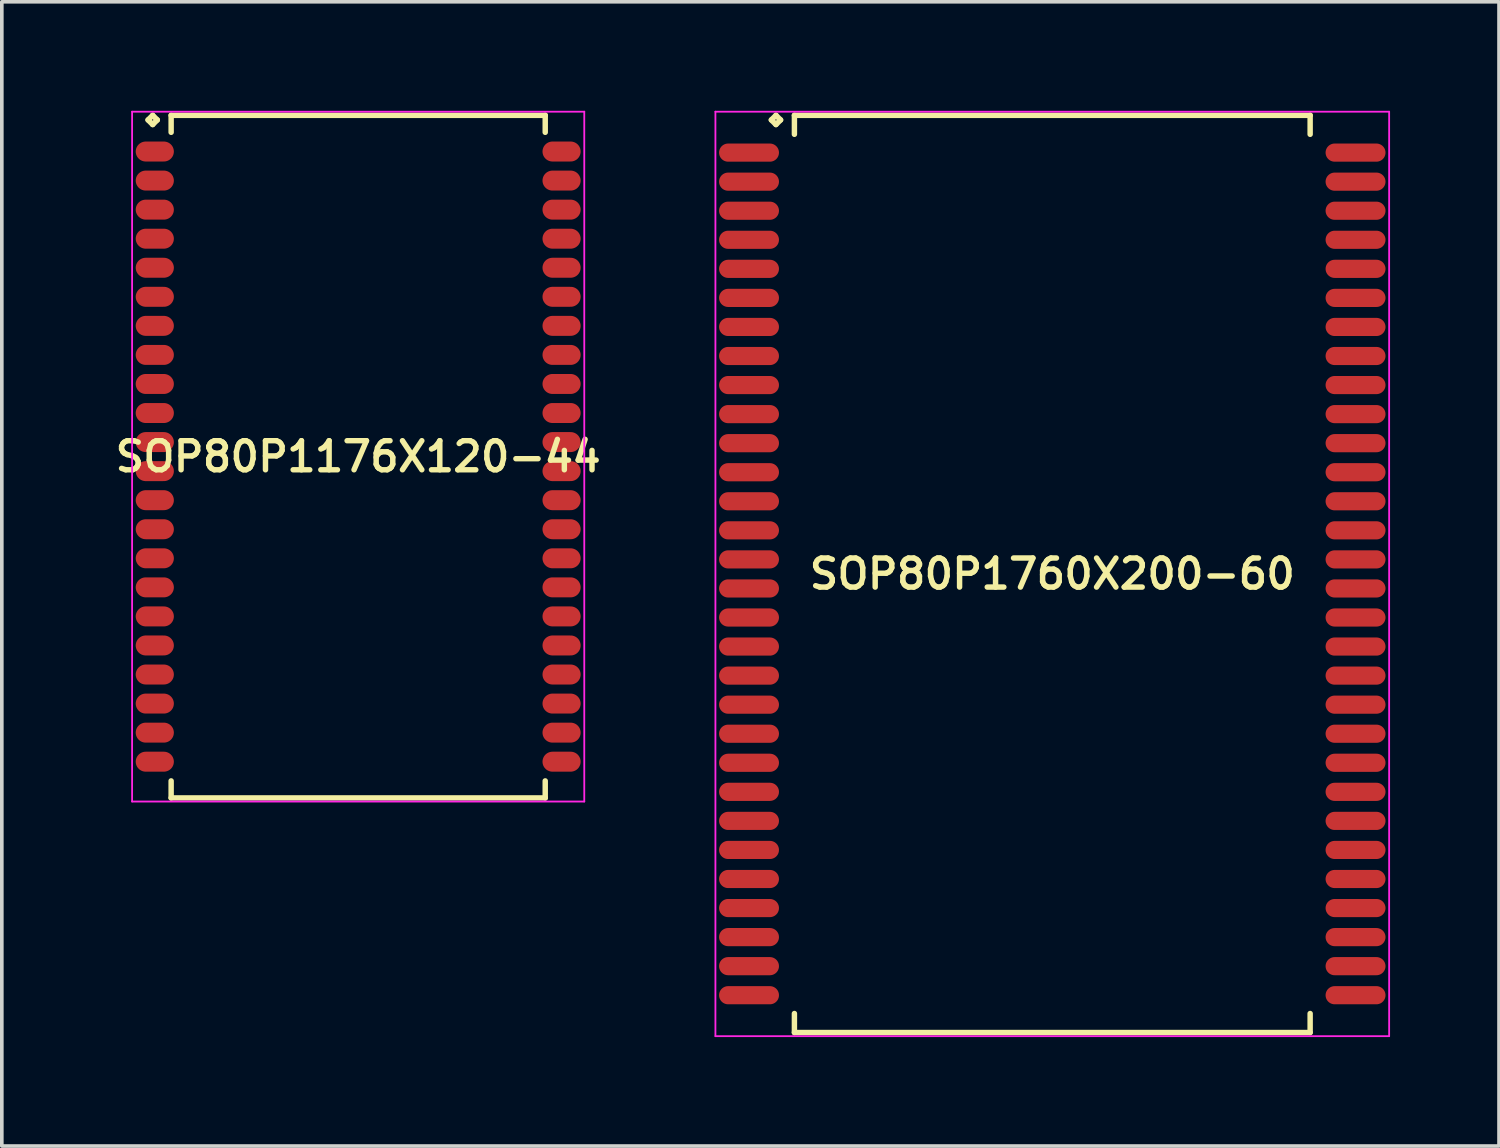
<source format=kicad_pcb>
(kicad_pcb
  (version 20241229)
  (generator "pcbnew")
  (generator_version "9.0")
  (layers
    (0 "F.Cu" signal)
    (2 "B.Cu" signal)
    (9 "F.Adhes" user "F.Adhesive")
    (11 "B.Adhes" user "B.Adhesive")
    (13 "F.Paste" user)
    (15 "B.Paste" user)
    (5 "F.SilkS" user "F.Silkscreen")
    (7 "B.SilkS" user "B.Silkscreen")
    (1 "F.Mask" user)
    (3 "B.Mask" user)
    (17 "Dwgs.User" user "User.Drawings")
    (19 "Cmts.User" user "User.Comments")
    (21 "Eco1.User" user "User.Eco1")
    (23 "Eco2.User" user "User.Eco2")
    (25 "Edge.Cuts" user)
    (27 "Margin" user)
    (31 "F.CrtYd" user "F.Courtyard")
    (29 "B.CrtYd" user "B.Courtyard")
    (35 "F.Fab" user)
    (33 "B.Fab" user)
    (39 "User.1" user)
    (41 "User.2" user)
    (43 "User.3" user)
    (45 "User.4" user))
  (footprint "SOP80P1176X120-44"
    (layer "F.Cu")
    (at 6.812 9.522)
    (property "Reference" "SOP80P1176X120-44" (at 0 0 0) (layer "F.SilkS") (effects (font (size 0.8 0.8) (thickness 0.15))))
    (attr smd)
    (fp_line (start -5.785 -9.27) (end -5.658 -9.397) (stroke (width 0.15) (type solid)) (layer "F.SilkS"))
    (fp_line (start -5.658 -9.397) (end -5.531 -9.27) (stroke (width 0.15) (type solid)) (layer "F.SilkS"))
    (fp_line (start -5.658 -9.143) (end -5.785 -9.27) (stroke (width 0.15) (type solid)) (layer "F.SilkS"))
    (fp_line (start -5.531 -9.27) (end -5.658 -9.143) (stroke (width 0.15) (type solid)) (layer "F.SilkS"))
    (fp_line (start -5.15 -9.397) (end 5.15 -9.397) (stroke (width 0.15) (type solid)) (layer "F.SilkS"))
    (fp_line (start -5.15 -8.929) (end -5.15 -9.397) (stroke (width 0.15) (type solid)) (layer "F.SilkS"))
    (fp_line (start -5.15 8.929) (end -5.15 9.397) (stroke (width 0.15) (type solid)) (layer "F.SilkS"))
    (fp_line (start -5.15 9.397) (end 5.15 9.397) (stroke (width 0.15) (type solid)) (layer "F.SilkS"))
    (fp_line (start 5.15 -9.397) (end 5.15 -8.929) (stroke (width 0.15) (type solid)) (layer "F.SilkS"))
    (fp_line (start 5.15 9.397) (end 5.15 8.929) (stroke (width 0.15) (type solid)) (layer "F.SilkS"))
    (fp_line (start -6.225 -9.497) (end 6.225 -9.497) (stroke (width 0.05) (type solid)) (layer "F.CrtYd"))
    (fp_line (start -6.225 9.497) (end -6.225 -9.497) (stroke (width 0.05) (type solid)) (layer "F.CrtYd"))
    (fp_line (start 6.225 -9.497) (end 6.225 9.497) (stroke (width 0.05) (type solid)) (layer "F.CrtYd"))
    (fp_line (start 6.225 9.497) (end -6.225 9.497) (stroke (width 0.05) (type solid)) (layer "F.CrtYd"))
    (pad "1" smd oval (at -5.6 -8.4) (size 1.05 0.55) (layers "F.Cu" "F.Mask" "F.Paste"))
    (pad "2" smd oval (at -5.6 -7.6) (size 1.05 0.55) (layers "F.Cu" "F.Mask" "F.Paste"))
    (pad "3" smd oval (at -5.6 -6.8) (size 1.05 0.55) (layers "F.Cu" "F.Mask" "F.Paste"))
    (pad "4" smd oval (at -5.6 -6) (size 1.05 0.55) (layers "F.Cu" "F.Mask" "F.Paste"))
    (pad "5" smd oval (at -5.6 -5.2) (size 1.05 0.55) (layers "F.Cu" "F.Mask" "F.Paste"))
    (pad "6" smd oval (at -5.6 -4.4) (size 1.05 0.55) (layers "F.Cu" "F.Mask" "F.Paste"))
    (pad "7" smd oval (at -5.6 -3.6) (size 1.05 0.55) (layers "F.Cu" "F.Mask" "F.Paste"))
    (pad "8" smd oval (at -5.6 -2.8) (size 1.05 0.55) (layers "F.Cu" "F.Mask" "F.Paste"))
    (pad "9" smd oval (at -5.6 -2) (size 1.05 0.55) (layers "F.Cu" "F.Mask" "F.Paste"))
    (pad "10" smd oval (at -5.6 -1.2) (size 1.05 0.55) (layers "F.Cu" "F.Mask" "F.Paste"))
    (pad "11" smd oval (at -5.6 -0.4) (size 1.05 0.55) (layers "F.Cu" "F.Mask" "F.Paste"))
    (pad "12" smd oval (at -5.6 0.4) (size 1.05 0.55) (layers "F.Cu" "F.Mask" "F.Paste"))
    (pad "13" smd oval (at -5.6 1.2) (size 1.05 0.55) (layers "F.Cu" "F.Mask" "F.Paste"))
    (pad "14" smd oval (at -5.6 2) (size 1.05 0.55) (layers "F.Cu" "F.Mask" "F.Paste"))
    (pad "15" smd oval (at -5.6 2.8) (size 1.05 0.55) (layers "F.Cu" "F.Mask" "F.Paste"))
    (pad "16" smd oval (at -5.6 3.6) (size 1.05 0.55) (layers "F.Cu" "F.Mask" "F.Paste"))
    (pad "17" smd oval (at -5.6 4.4) (size 1.05 0.55) (layers "F.Cu" "F.Mask" "F.Paste"))
    (pad "18" smd oval (at -5.6 5.2) (size 1.05 0.55) (layers "F.Cu" "F.Mask" "F.Paste"))
    (pad "19" smd oval (at -5.6 6) (size 1.05 0.55) (layers "F.Cu" "F.Mask" "F.Paste"))
    (pad "20" smd oval (at -5.6 6.8) (size 1.05 0.55) (layers "F.Cu" "F.Mask" "F.Paste"))
    (pad "21" smd oval (at -5.6 7.6) (size 1.05 0.55) (layers "F.Cu" "F.Mask" "F.Paste"))
    (pad "22" smd oval (at -5.6 8.4) (size 1.05 0.55) (layers "F.Cu" "F.Mask" "F.Paste"))
    (pad "23" smd oval (at 5.6 8.4) (size 1.05 0.55) (layers "F.Cu" "F.Mask" "F.Paste"))
    (pad "24" smd oval (at 5.6 7.6) (size 1.05 0.55) (layers "F.Cu" "F.Mask" "F.Paste"))
    (pad "25" smd oval (at 5.6 6.8) (size 1.05 0.55) (layers "F.Cu" "F.Mask" "F.Paste"))
    (pad "26" smd oval (at 5.6 6) (size 1.05 0.55) (layers "F.Cu" "F.Mask" "F.Paste"))
    (pad "27" smd oval (at 5.6 5.2) (size 1.05 0.55) (layers "F.Cu" "F.Mask" "F.Paste"))
    (pad "28" smd oval (at 5.6 4.4) (size 1.05 0.55) (layers "F.Cu" "F.Mask" "F.Paste"))
    (pad "29" smd oval (at 5.6 3.6) (size 1.05 0.55) (layers "F.Cu" "F.Mask" "F.Paste"))
    (pad "30" smd oval (at 5.6 2.8) (size 1.05 0.55) (layers "F.Cu" "F.Mask" "F.Paste"))
    (pad "31" smd oval (at 5.6 2) (size 1.05 0.55) (layers "F.Cu" "F.Mask" "F.Paste"))
    (pad "32" smd oval (at 5.6 1.2) (size 1.05 0.55) (layers "F.Cu" "F.Mask" "F.Paste"))
    (pad "33" smd oval (at 5.6 0.4) (size 1.05 0.55) (layers "F.Cu" "F.Mask" "F.Paste"))
    (pad "34" smd oval (at 5.6 -0.4) (size 1.05 0.55) (layers "F.Cu" "F.Mask" "F.Paste"))
    (pad "35" smd oval (at 5.6 -1.2) (size 1.05 0.55) (layers "F.Cu" "F.Mask" "F.Paste"))
    (pad "36" smd oval (at 5.6 -2) (size 1.05 0.55) (layers "F.Cu" "F.Mask" "F.Paste"))
    (pad "37" smd oval (at 5.6 -2.8) (size 1.05 0.55) (layers "F.Cu" "F.Mask" "F.Paste"))
    (pad "38" smd oval (at 5.6 -3.6) (size 1.05 0.55) (layers "F.Cu" "F.Mask" "F.Paste"))
    (pad "39" smd oval (at 5.6 -4.4) (size 1.05 0.55) (layers "F.Cu" "F.Mask" "F.Paste"))
    (pad "40" smd oval (at 5.6 -5.2) (size 1.05 0.55) (layers "F.Cu" "F.Mask" "F.Paste"))
    (pad "41" smd oval (at 5.6 -6) (size 1.05 0.55) (layers "F.Cu" "F.Mask" "F.Paste"))
    (pad "42" smd oval (at 5.6 -6.8) (size 1.05 0.55) (layers "F.Cu" "F.Mask" "F.Paste"))
    (pad "43" smd oval (at 5.6 -7.6) (size 1.05 0.55) (layers "F.Cu" "F.Mask" "F.Paste"))
    (pad "44" smd oval (at 5.6 -8.4) (size 1.05 0.55) (layers "F.Cu" "F.Mask" "F.Paste")))
  (footprint "SOP80P1760X200-60"
    (layer "F.Cu")
    (at 25.923 12.752)
    (property "Reference" "SOP80P1760X200-60" (at 0 0 0) (layer "F.SilkS") (effects (font (size 0.8 0.8) (thickness 0.15))))
    (attr smd)
    (fp_line (start -7.735 -12.5) (end -7.608 -12.627) (stroke (width 0.15) (type solid)) (layer "F.SilkS"))
    (fp_line (start -7.608 -12.627) (end -7.481 -12.5) (stroke (width 0.15) (type solid)) (layer "F.SilkS"))
    (fp_line (start -7.608 -12.373) (end -7.735 -12.5) (stroke (width 0.15) (type solid)) (layer "F.SilkS"))
    (fp_line (start -7.481 -12.5) (end -7.608 -12.373) (stroke (width 0.15) (type solid)) (layer "F.SilkS"))
    (fp_line (start -7.1 -12.627) (end 7.1 -12.627) (stroke (width 0.15) (type solid)) (layer "F.SilkS"))
    (fp_line (start -7.1 -12.104) (end -7.1 -12.627) (stroke (width 0.15) (type solid)) (layer "F.SilkS"))
    (fp_line (start -7.1 12.104) (end -7.1 12.627) (stroke (width 0.15) (type solid)) (layer "F.SilkS"))
    (fp_line (start -7.1 12.627) (end 7.1 12.627) (stroke (width 0.15) (type solid)) (layer "F.SilkS"))
    (fp_line (start 7.1 -12.627) (end 7.1 -12.104) (stroke (width 0.15) (type solid)) (layer "F.SilkS"))
    (fp_line (start 7.1 12.627) (end 7.1 12.104) (stroke (width 0.15) (type solid)) (layer "F.SilkS"))
    (fp_line (start -9.275 -12.727) (end 9.275 -12.727) (stroke (width 0.05) (type solid)) (layer "F.CrtYd"))
    (fp_line (start -9.275 12.727) (end -9.275 -12.727) (stroke (width 0.05) (type solid)) (layer "F.CrtYd"))
    (fp_line (start 9.275 -12.727) (end 9.275 12.727) (stroke (width 0.05) (type solid)) (layer "F.CrtYd"))
    (fp_line (start 9.275 12.727) (end -9.275 12.727) (stroke (width 0.05) (type solid)) (layer "F.CrtYd"))
    (pad "1" smd oval (at -8.35 -11.6) (size 1.65 0.5) (layers "F.Cu" "F.Mask" "F.Paste"))
    (pad "2" smd oval (at -8.35 -10.8) (size 1.65 0.5) (layers "F.Cu" "F.Mask" "F.Paste"))
    (pad "3" smd oval (at -8.35 -10) (size 1.65 0.5) (layers "F.Cu" "F.Mask" "F.Paste"))
    (pad "4" smd oval (at -8.35 -9.2) (size 1.65 0.5) (layers "F.Cu" "F.Mask" "F.Paste"))
    (pad "5" smd oval (at -8.35 -8.4) (size 1.65 0.5) (layers "F.Cu" "F.Mask" "F.Paste"))
    (pad "6" smd oval (at -8.35 -7.6) (size 1.65 0.5) (layers "F.Cu" "F.Mask" "F.Paste"))
    (pad "7" smd oval (at -8.35 -6.8) (size 1.65 0.5) (layers "F.Cu" "F.Mask" "F.Paste"))
    (pad "8" smd oval (at -8.35 -6) (size 1.65 0.5) (layers "F.Cu" "F.Mask" "F.Paste"))
    (pad "9" smd oval (at -8.35 -5.2) (size 1.65 0.5) (layers "F.Cu" "F.Mask" "F.Paste"))
    (pad "10" smd oval (at -8.35 -4.4) (size 1.65 0.5) (layers "F.Cu" "F.Mask" "F.Paste"))
    (pad "11" smd oval (at -8.35 -3.6) (size 1.65 0.5) (layers "F.Cu" "F.Mask" "F.Paste"))
    (pad "12" smd oval (at -8.35 -2.8) (size 1.65 0.5) (layers "F.Cu" "F.Mask" "F.Paste"))
    (pad "13" smd oval (at -8.35 -2) (size 1.65 0.5) (layers "F.Cu" "F.Mask" "F.Paste"))
    (pad "14" smd oval (at -8.35 -1.2) (size 1.65 0.5) (layers "F.Cu" "F.Mask" "F.Paste"))
    (pad "15" smd oval (at -8.35 -0.4) (size 1.65 0.5) (layers "F.Cu" "F.Mask" "F.Paste"))
    (pad "16" smd oval (at -8.35 0.4) (size 1.65 0.5) (layers "F.Cu" "F.Mask" "F.Paste"))
    (pad "17" smd oval (at -8.35 1.2) (size 1.65 0.5) (layers "F.Cu" "F.Mask" "F.Paste"))
    (pad "18" smd oval (at -8.35 2) (size 1.65 0.5) (layers "F.Cu" "F.Mask" "F.Paste"))
    (pad "19" smd oval (at -8.35 2.8) (size 1.65 0.5) (layers "F.Cu" "F.Mask" "F.Paste"))
    (pad "20" smd oval (at -8.35 3.6) (size 1.65 0.5) (layers "F.Cu" "F.Mask" "F.Paste"))
    (pad "21" smd oval (at -8.35 4.4) (size 1.65 0.5) (layers "F.Cu" "F.Mask" "F.Paste"))
    (pad "22" smd oval (at -8.35 5.2) (size 1.65 0.5) (layers "F.Cu" "F.Mask" "F.Paste"))
    (pad "23" smd oval (at -8.35 6) (size 1.65 0.5) (layers "F.Cu" "F.Mask" "F.Paste"))
    (pad "24" smd oval (at -8.35 6.8) (size 1.65 0.5) (layers "F.Cu" "F.Mask" "F.Paste"))
    (pad "25" smd oval (at -8.35 7.6) (size 1.65 0.5) (layers "F.Cu" "F.Mask" "F.Paste"))
    (pad "26" smd oval (at -8.35 8.4) (size 1.65 0.5) (layers "F.Cu" "F.Mask" "F.Paste"))
    (pad "27" smd oval (at -8.35 9.2) (size 1.65 0.5) (layers "F.Cu" "F.Mask" "F.Paste"))
    (pad "28" smd oval (at -8.35 10) (size 1.65 0.5) (layers "F.Cu" "F.Mask" "F.Paste"))
    (pad "29" smd oval (at -8.35 10.8) (size 1.65 0.5) (layers "F.Cu" "F.Mask" "F.Paste"))
    (pad "30" smd oval (at -8.35 11.6) (size 1.65 0.5) (layers "F.Cu" "F.Mask" "F.Paste"))
    (pad "31" smd oval (at 8.35 11.6) (size 1.65 0.5) (layers "F.Cu" "F.Mask" "F.Paste"))
    (pad "32" smd oval (at 8.35 10.8) (size 1.65 0.5) (layers "F.Cu" "F.Mask" "F.Paste"))
    (pad "33" smd oval (at 8.35 10) (size 1.65 0.5) (layers "F.Cu" "F.Mask" "F.Paste"))
    (pad "34" smd oval (at 8.35 9.2) (size 1.65 0.5) (layers "F.Cu" "F.Mask" "F.Paste"))
    (pad "35" smd oval (at 8.35 8.4) (size 1.65 0.5) (layers "F.Cu" "F.Mask" "F.Paste"))
    (pad "36" smd oval (at 8.35 7.6) (size 1.65 0.5) (layers "F.Cu" "F.Mask" "F.Paste"))
    (pad "37" smd oval (at 8.35 6.8) (size 1.65 0.5) (layers "F.Cu" "F.Mask" "F.Paste"))
    (pad "38" smd oval (at 8.35 6) (size 1.65 0.5) (layers "F.Cu" "F.Mask" "F.Paste"))
    (pad "39" smd oval (at 8.35 5.2) (size 1.65 0.5) (layers "F.Cu" "F.Mask" "F.Paste"))
    (pad "40" smd oval (at 8.35 4.4) (size 1.65 0.5) (layers "F.Cu" "F.Mask" "F.Paste"))
    (pad "41" smd oval (at 8.35 3.6) (size 1.65 0.5) (layers "F.Cu" "F.Mask" "F.Paste"))
    (pad "42" smd oval (at 8.35 2.8) (size 1.65 0.5) (layers "F.Cu" "F.Mask" "F.Paste"))
    (pad "43" smd oval (at 8.35 2) (size 1.65 0.5) (layers "F.Cu" "F.Mask" "F.Paste"))
    (pad "44" smd oval (at 8.35 1.2) (size 1.65 0.5) (layers "F.Cu" "F.Mask" "F.Paste"))
    (pad "45" smd oval (at 8.35 0.4) (size 1.65 0.5) (layers "F.Cu" "F.Mask" "F.Paste"))
    (pad "46" smd oval (at 8.35 -0.4) (size 1.65 0.5) (layers "F.Cu" "F.Mask" "F.Paste"))
    (pad "47" smd oval (at 8.35 -1.2) (size 1.65 0.5) (layers "F.Cu" "F.Mask" "F.Paste"))
    (pad "48" smd oval (at 8.35 -2) (size 1.65 0.5) (layers "F.Cu" "F.Mask" "F.Paste"))
    (pad "49" smd oval (at 8.35 -2.8) (size 1.65 0.5) (layers "F.Cu" "F.Mask" "F.Paste"))
    (pad "50" smd oval (at 8.35 -3.6) (size 1.65 0.5) (layers "F.Cu" "F.Mask" "F.Paste"))
    (pad "51" smd oval (at 8.35 -4.4) (size 1.65 0.5) (layers "F.Cu" "F.Mask" "F.Paste"))
    (pad "52" smd oval (at 8.35 -5.2) (size 1.65 0.5) (layers "F.Cu" "F.Mask" "F.Paste"))
    (pad "53" smd oval (at 8.35 -6) (size 1.65 0.5) (layers "F.Cu" "F.Mask" "F.Paste"))
    (pad "54" smd oval (at 8.35 -6.8) (size 1.65 0.5) (layers "F.Cu" "F.Mask" "F.Paste"))
    (pad "55" smd oval (at 8.35 -7.6) (size 1.65 0.5) (layers "F.Cu" "F.Mask" "F.Paste"))
    (pad "56" smd oval (at 8.35 -8.4) (size 1.65 0.5) (layers "F.Cu" "F.Mask" "F.Paste"))
    (pad "57" smd oval (at 8.35 -9.2) (size 1.65 0.5) (layers "F.Cu" "F.Mask" "F.Paste"))
    (pad "58" smd oval (at 8.35 -10) (size 1.65 0.5) (layers "F.Cu" "F.Mask" "F.Paste"))
    (pad "59" smd oval (at 8.35 -10.8) (size 1.65 0.5) (layers "F.Cu" "F.Mask" "F.Paste"))
    (pad "60" smd oval (at 8.35 -11.6) (size 1.65 0.5) (layers "F.Cu" "F.Mask" "F.Paste")))
  (gr_rect
    (start -3 -3)
    (end 38.223 28.504)
    (stroke (width 0.1) (type default))
    (fill no)
    (layer "Edge.Cuts")))
</source>
